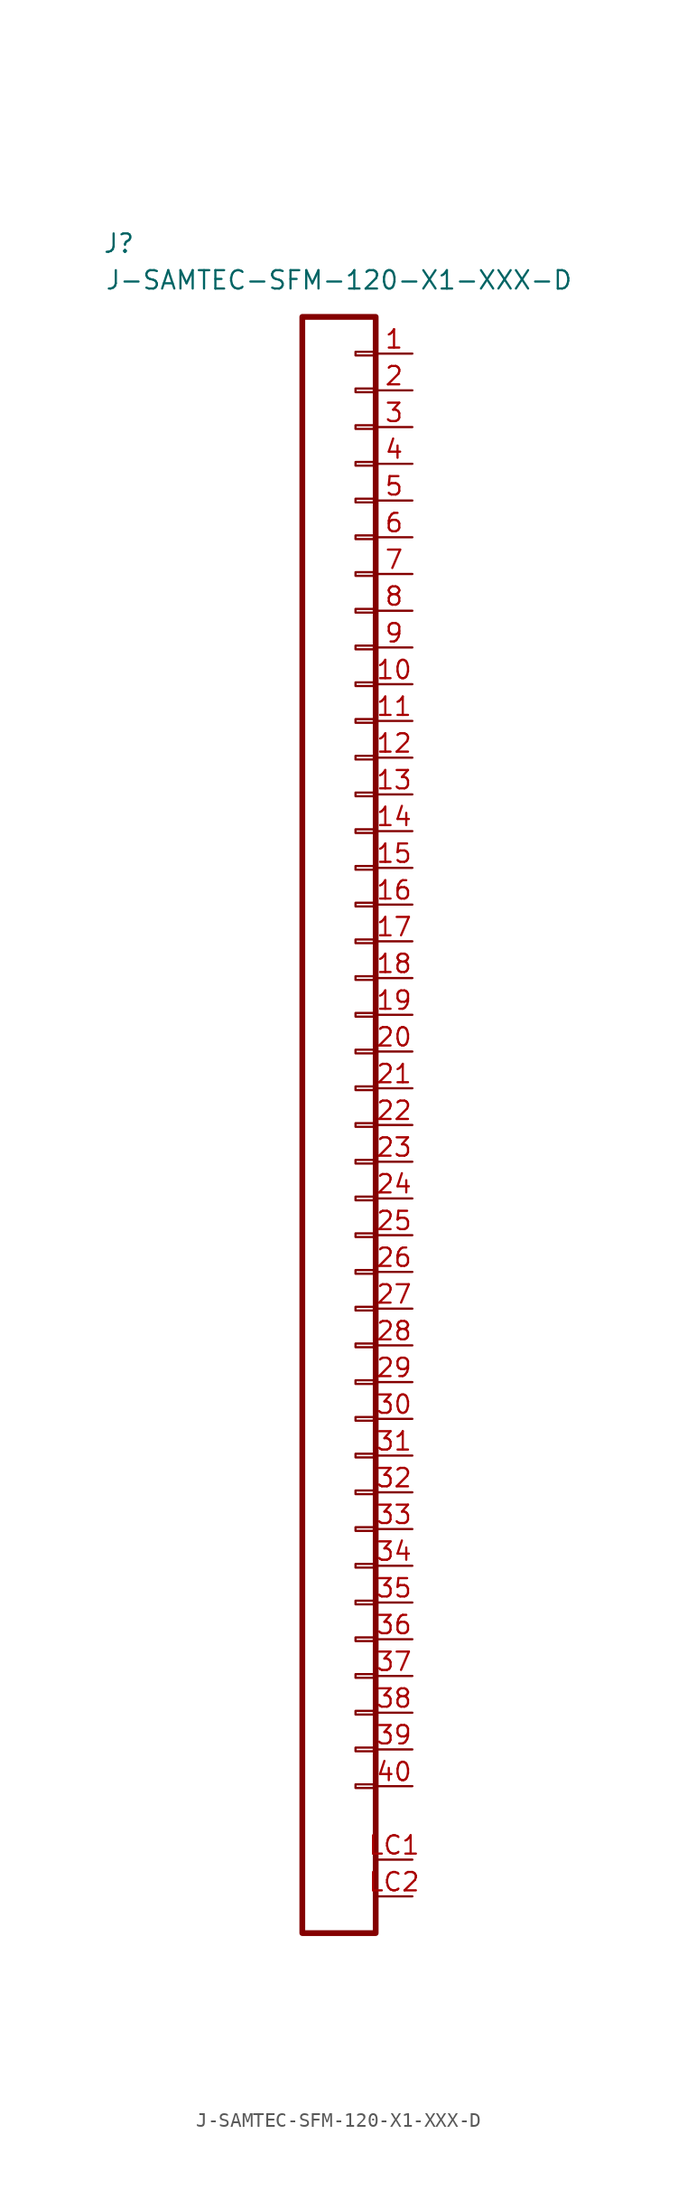
<source format=kicad_sym>
(kicad_symbol_lib
  (version 20241209)
  (generator "kicad_symbol_editor")
  (generator_version "9.0")
  (symbol "J-SAMTEC-SFM-120-X1-XXX-D"
    (pin_names
      (hide yes))
    (property "Reference" "J"
      (at -15.24 55.88 0)
      (effects (font (size 1.27 1.27))))
    (property "Value" "J-SAMTEC-SFM-120-X1-XXX-D"
      (at 0 53.34 0)
      (effects (font (size 1.27 1.27))))
    (symbol "J-SAMTEC-SFM-120-X1-XXX-D_0_1"
      (rectangle (start -2.54 50.8) (end 2.54 -60.96) (stroke (width 0.4) (type default)) (fill (type none)))
      (rectangle (start 2.413 48.387) (end 1.143 48.133) (stroke (width 0.152) (type default)) (fill (type none)))
      (rectangle (start 2.413 45.847) (end 1.143 45.593) (stroke (width 0.152) (type default)) (fill (type none)))
      (rectangle (start 2.413 43.307) (end 1.143 43.053) (stroke (width 0.152) (type default)) (fill (type none)))
      (rectangle (start 2.413 40.767) (end 1.143 40.513) (stroke (width 0.152) (type default)) (fill (type none)))
      (rectangle (start 2.413 38.227) (end 1.143 37.973) (stroke (width 0.152) (type default)) (fill (type none)))
      (rectangle (start 2.413 35.687) (end 1.143 35.433) (stroke (width 0.152) (type default)) (fill (type none)))
      (rectangle (start 2.413 33.147) (end 1.143 32.893) (stroke (width 0.152) (type default)) (fill (type none)))
      (rectangle (start 2.413 30.607) (end 1.143 30.353) (stroke (width 0.152) (type default)) (fill (type none)))
      (rectangle (start 2.413 28.067) (end 1.143 27.813) (stroke (width 0.152) (type default)) (fill (type none)))
      (rectangle (start 2.413 25.527) (end 1.143 25.273) (stroke (width 0.152) (type default)) (fill (type none)))
      (rectangle (start 2.413 22.987) (end 1.143 22.733) (stroke (width 0.152) (type default)) (fill (type none)))
      (rectangle (start 2.413 20.447) (end 1.143 20.193) (stroke (width 0.152) (type default)) (fill (type none)))
      (rectangle (start 2.413 17.907) (end 1.143 17.653) (stroke (width 0.152) (type default)) (fill (type none)))
      (rectangle (start 2.413 15.367) (end 1.143 15.113) (stroke (width 0.152) (type default)) (fill (type none)))
      (rectangle (start 2.413 12.827) (end 1.143 12.573) (stroke (width 0.152) (type default)) (fill (type none)))
      (rectangle (start 2.413 10.287) (end 1.143 10.033) (stroke (width 0.152) (type default)) (fill (type none)))
      (rectangle (start 2.413 7.747) (end 1.143 7.493) (stroke (width 0.152) (type default)) (fill (type none)))
      (rectangle (start 2.413 5.207) (end 1.143 4.953) (stroke (width 0.152) (type default)) (fill (type none)))
      (rectangle (start 2.413 2.667) (end 1.143 2.413) (stroke (width 0.152) (type default)) (fill (type none)))
      (rectangle (start 2.413 0.127) (end 1.143 -0.127) (stroke (width 0.152) (type default)) (fill (type none)))
      (rectangle (start 2.413 -2.413) (end 1.143 -2.667) (stroke (width 0.152) (type default)) (fill (type none)))
      (rectangle (start 2.413 -4.953) (end 1.143 -5.207) (stroke (width 0.152) (type default)) (fill (type none)))
      (rectangle (start 2.413 -7.493) (end 1.143 -7.747) (stroke (width 0.152) (type default)) (fill (type none)))
      (rectangle (start 2.413 -10.033) (end 1.143 -10.287) (stroke (width 0.152) (type default)) (fill (type none)))
      (rectangle (start 2.413 -12.573) (end 1.143 -12.827) (stroke (width 0.152) (type default)) (fill (type none)))
      (rectangle (start 2.413 -15.113) (end 1.143 -15.367) (stroke (width 0.152) (type default)) (fill (type none)))
      (rectangle (start 2.413 -17.653) (end 1.143 -17.907) (stroke (width 0.152) (type default)) (fill (type none)))
      (rectangle (start 2.413 -20.193) (end 1.143 -20.447) (stroke (width 0.152) (type default)) (fill (type none)))
      (rectangle (start 2.413 -22.733) (end 1.143 -22.987) (stroke (width 0.152) (type default)) (fill (type none)))
      (rectangle (start 2.413 -25.273) (end 1.143 -25.527) (stroke (width 0.152) (type default)) (fill (type none)))
      (rectangle (start 2.413 -27.813) (end 1.143 -28.067) (stroke (width 0.152) (type default)) (fill (type none)))
      (rectangle (start 2.413 -30.353) (end 1.143 -30.607) (stroke (width 0.152) (type default)) (fill (type none)))
      (rectangle (start 2.413 -32.893) (end 1.143 -33.147) (stroke (width 0.152) (type default)) (fill (type none)))
      (rectangle (start 2.413 -35.433) (end 1.143 -35.687) (stroke (width 0.152) (type default)) (fill (type none)))
      (rectangle (start 2.413 -37.973) (end 1.143 -38.227) (stroke (width 0.152) (type default)) (fill (type none)))
      (rectangle (start 2.413 -40.513) (end 1.143 -40.767) (stroke (width 0.152) (type default)) (fill (type none)))
      (rectangle (start 2.413 -43.053) (end 1.143 -43.307) (stroke (width 0.152) (type default)) (fill (type none)))
      (rectangle (start 2.413 -45.593) (end 1.143 -45.847) (stroke (width 0.152) (type default)) (fill (type none)))
      (rectangle (start 2.413 -48.133) (end 1.143 -48.387) (stroke (width 0.152) (type default)) (fill (type none)))
      (rectangle (start 2.413 -50.673) (end 1.143 -50.927) (stroke (width 0.152) (type default)) (fill (type none))))
    (symbol "J-SAMTEC-SFM-120-X1-XXX-D_1_1"
      (pin passive line (at 5.08 48.26 180) (length 2.54) (name "" (effects (font (size 1.27 1.27)))) (number "1" (effects (font (size 1.27 1.27)))))
      (pin passive line (at 5.08 45.72 180) (length 2.54) (name "" (effects (font (size 1.27 1.27)))) (number "2" (effects (font (size 1.27 1.27)))))
      (pin passive line (at 5.08 43.18 180) (length 2.54) (name "" (effects (font (size 1.27 1.27)))) (number "3" (effects (font (size 1.27 1.27)))))
      (pin passive line (at 5.08 40.64 180) (length 2.54) (name "" (effects (font (size 1.27 1.27)))) (number "4" (effects (font (size 1.27 1.27)))))
      (pin passive line (at 5.08 38.1 180) (length 2.54) (name "" (effects (font (size 1.27 1.27)))) (number "5" (effects (font (size 1.27 1.27)))))
      (pin passive line (at 5.08 35.56 180) (length 2.54) (name "" (effects (font (size 1.27 1.27)))) (number "6" (effects (font (size 1.27 1.27)))))
      (pin passive line (at 5.08 33.02 180) (length 2.54) (name "" (effects (font (size 1.27 1.27)))) (number "7" (effects (font (size 1.27 1.27)))))
      (pin passive line (at 5.08 30.48 180) (length 2.54) (name "" (effects (font (size 1.27 1.27)))) (number "8" (effects (font (size 1.27 1.27)))))
      (pin passive line (at 5.08 27.94 180) (length 2.54) (name "" (effects (font (size 1.27 1.27)))) (number "9" (effects (font (size 1.27 1.27)))))
      (pin passive line (at 5.08 25.4 180) (length 2.54) (name "" (effects (font (size 1.27 1.27)))) (number "10" (effects (font (size 1.27 1.27)))))
      (pin passive line (at 5.08 22.86 180) (length 2.54) (name "" (effects (font (size 1.27 1.27)))) (number "11" (effects (font (size 1.27 1.27)))))
      (pin passive line (at 5.08 20.32 180) (length 2.54) (name "" (effects (font (size 1.27 1.27)))) (number "12" (effects (font (size 1.27 1.27)))))
      (pin passive line (at 5.08 17.78 180) (length 2.54) (name "" (effects (font (size 1.27 1.27)))) (number "13" (effects (font (size 1.27 1.27)))))
      (pin passive line (at 5.08 15.24 180) (length 2.54) (name "" (effects (font (size 1.27 1.27)))) (number "14" (effects (font (size 1.27 1.27)))))
      (pin passive line (at 5.08 12.7 180) (length 2.54) (name "" (effects (font (size 1.27 1.27)))) (number "15" (effects (font (size 1.27 1.27)))))
      (pin passive line (at 5.08 10.16 180) (length 2.54) (name "" (effects (font (size 1.27 1.27)))) (number "16" (effects (font (size 1.27 1.27)))))
      (pin passive line (at 5.08 7.62 180) (length 2.54) (name "" (effects (font (size 1.27 1.27)))) (number "17" (effects (font (size 1.27 1.27)))))
      (pin passive line (at 5.08 5.08 180) (length 2.54) (name "" (effects (font (size 1.27 1.27)))) (number "18" (effects (font (size 1.27 1.27)))))
      (pin passive line (at 5.08 2.54 180) (length 2.54) (name "" (effects (font (size 1.27 1.27)))) (number "19" (effects (font (size 1.27 1.27)))))
      (pin passive line (at 5.08 0 180) (length 2.54) (name "" (effects (font (size 1.27 1.27)))) (number "20" (effects (font (size 1.27 1.27)))))
      (pin passive line (at 5.08 -2.54 180) (length 2.54) (name "" (effects (font (size 1.27 1.27)))) (number "21" (effects (font (size 1.27 1.27)))))
      (pin passive line (at 5.08 -5.08 180) (length 2.54) (name "" (effects (font (size 1.27 1.27)))) (number "22" (effects (font (size 1.27 1.27)))))
      (pin passive line (at 5.08 -7.62 180) (length 2.54) (name "" (effects (font (size 1.27 1.27)))) (number "23" (effects (font (size 1.27 1.27)))))
      (pin passive line (at 5.08 -10.16 180) (length 2.54) (name "" (effects (font (size 1.27 1.27)))) (number "24" (effects (font (size 1.27 1.27)))))
      (pin passive line (at 5.08 -12.7 180) (length 2.54) (name "" (effects (font (size 1.27 1.27)))) (number "25" (effects (font (size 1.27 1.27)))))
      (pin passive line (at 5.08 -15.24 180) (length 2.54) (name "" (effects (font (size 1.27 1.27)))) (number "26" (effects (font (size 1.27 1.27)))))
      (pin passive line (at 5.08 -17.78 180) (length 2.54) (name "" (effects (font (size 1.27 1.27)))) (number "27" (effects (font (size 1.27 1.27)))))
      (pin passive line (at 5.08 -20.32 180) (length 2.54) (name "" (effects (font (size 1.27 1.27)))) (number "28" (effects (font (size 1.27 1.27)))))
      (pin passive line (at 5.08 -22.86 180) (length 2.54) (name "" (effects (font (size 1.27 1.27)))) (number "29" (effects (font (size 1.27 1.27)))))
      (pin passive line (at 5.08 -25.4 180) (length 2.54) (name "" (effects (font (size 1.27 1.27)))) (number "30" (effects (font (size 1.27 1.27)))))
      (pin passive line (at 5.08 -27.94 180) (length 2.54) (name "" (effects (font (size 1.27 1.27)))) (number "31" (effects (font (size 1.27 1.27)))))
      (pin passive line (at 5.08 -30.48 180) (length 2.54) (name "" (effects (font (size 1.27 1.27)))) (number "32" (effects (font (size 1.27 1.27)))))
      (pin passive line (at 5.08 -33.02 180) (length 2.54) (name "" (effects (font (size 1.27 1.27)))) (number "33" (effects (font (size 1.27 1.27)))))
      (pin passive line (at 5.08 -35.56 180) (length 2.54) (name "" (effects (font (size 1.27 1.27)))) (number "34" (effects (font (size 1.27 1.27)))))
      (pin passive line (at 5.08 -38.1 180) (length 2.54) (name "" (effects (font (size 1.27 1.27)))) (number "35" (effects (font (size 1.27 1.27)))))
      (pin passive line (at 5.08 -40.64 180) (length 2.54) (name "" (effects (font (size 1.27 1.27)))) (number "36" (effects (font (size 1.27 1.27)))))
      (pin passive line (at 5.08 -43.18 180) (length 2.54) (name "" (effects (font (size 1.27 1.27)))) (number "37" (effects (font (size 1.27 1.27)))))
      (pin passive line (at 5.08 -45.72 180) (length 2.54) (name "" (effects (font (size 1.27 1.27)))) (number "38" (effects (font (size 1.27 1.27)))))
      (pin passive line (at 5.08 -48.26 180) (length 2.54) (name "" (effects (font (size 1.27 1.27)))) (number "39" (effects (font (size 1.27 1.27)))))
      (pin passive line (at 5.08 -50.8 180) (length 2.54) (name "" (effects (font (size 1.27 1.27)))) (number "40" (effects (font (size 1.27 1.27)))))
      (pin passive line (at 5.08 -55.88 180) (length 2.54) (name "" (effects (font (size 1.27 1.27)))) (number "LC1" (effects (font (size 1.27 1.27)))))
      (pin passive line (at 5.08 -58.42 180) (length 2.54) (name "" (effects (font (size 1.27 1.27)))) (number "LC2" (effects (font (size 1.27 1.27))))))))
</source>
